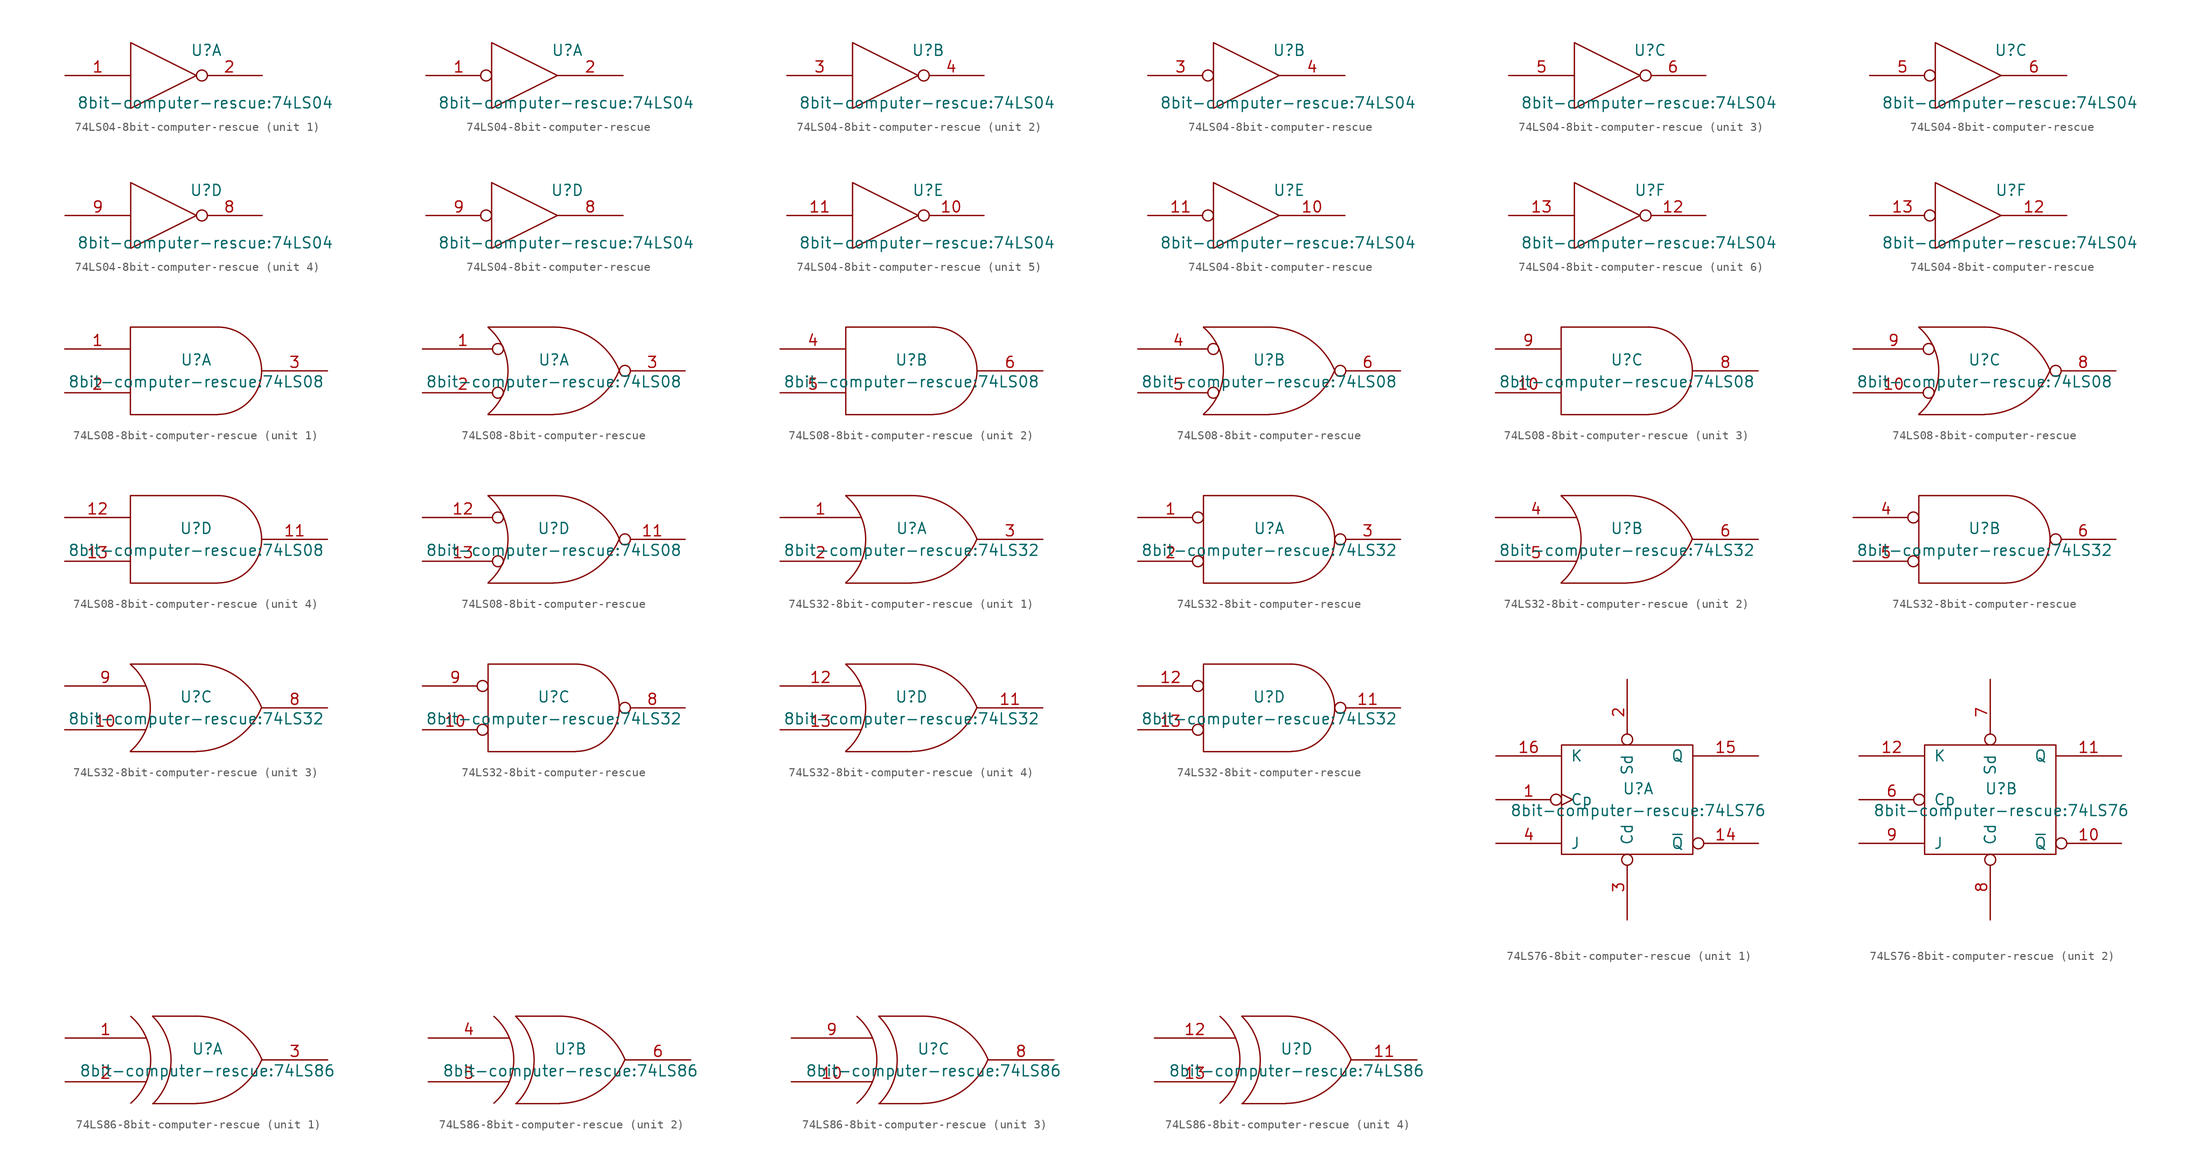
<source format=kicad_sym>
(kicad_symbol_lib
  (version 20220914)
  (generator kicad_symbol_editor)
  (symbol "74LS04-8bit-computer-rescue"
    (pin_names
      (offset 0.762))
    (property "Reference" "U"
      (at 4.953 2.921 0)
      (effects (font (size 1.27 1.27))))
    (property "Value" "8bit-computer-rescue:74LS04"
      (at 4.826 -3.175 0)
      (effects (font (size 1.27 1.27))))
    (symbol "74LS04-8bit-computer-rescue_0_0"
      (polyline (pts (xy -3.81 3.81) (xy -3.81 -3.81) (xy 3.81 0) (xy -3.81 3.81)) (stroke (width 0) (type solid)) (fill (type none)))
      (pin power_in line (at -1.27 2.54 90) (length 0) hide (name "VCC" (effects (font (size 1.016 1.016)))) (number "14" (effects (font (size 1.016 1.016)))))
      (pin power_in line (at -1.27 -2.54 90) (length 0) hide (name "GND" (effects (font (size 1.016 1.016)))) (number "7" (effects (font (size 1.016 1.016))))))
    (symbol "74LS04-8bit-computer-rescue_1_1"
      (pin input line (at -11.43 0 0) (length 7.62) (name "~" (effects (font (size 1.27 1.27)))) (number "1" (effects (font (size 1.27 1.27)))))
      (pin output inverted (at 11.43 0 180) (length 7.62) (name "~" (effects (font (size 1.27 1.27)))) (number "2" (effects (font (size 1.27 1.27))))))
    (symbol "74LS04-8bit-computer-rescue_1_2"
      (pin input inverted (at -11.43 0 0) (length 7.62) (name "~" (effects (font (size 1.27 1.27)))) (number "1" (effects (font (size 1.27 1.27)))))
      (pin output line (at 11.43 0 180) (length 7.62) (name "~" (effects (font (size 1.27 1.27)))) (number "2" (effects (font (size 1.27 1.27))))))
    (symbol "74LS04-8bit-computer-rescue_2_1"
      (pin input line (at -11.43 0 0) (length 7.62) (name "~" (effects (font (size 1.27 1.27)))) (number "3" (effects (font (size 1.27 1.27)))))
      (pin output inverted (at 11.43 0 180) (length 7.62) (name "~" (effects (font (size 1.27 1.27)))) (number "4" (effects (font (size 1.27 1.27))))))
    (symbol "74LS04-8bit-computer-rescue_2_2"
      (pin input inverted (at -11.43 0 0) (length 7.62) (name "~" (effects (font (size 1.27 1.27)))) (number "3" (effects (font (size 1.27 1.27)))))
      (pin output line (at 11.43 0 180) (length 7.62) (name "~" (effects (font (size 1.27 1.27)))) (number "4" (effects (font (size 1.27 1.27))))))
    (symbol "74LS04-8bit-computer-rescue_3_1"
      (pin input line (at -11.43 0 0) (length 7.62) (name "~" (effects (font (size 1.27 1.27)))) (number "5" (effects (font (size 1.27 1.27)))))
      (pin output inverted (at 11.43 0 180) (length 7.62) (name "~" (effects (font (size 1.27 1.27)))) (number "6" (effects (font (size 1.27 1.27))))))
    (symbol "74LS04-8bit-computer-rescue_3_2"
      (pin input inverted (at -11.43 0 0) (length 7.62) (name "~" (effects (font (size 1.27 1.27)))) (number "5" (effects (font (size 1.27 1.27)))))
      (pin output line (at 11.43 0 180) (length 7.62) (name "~" (effects (font (size 1.27 1.27)))) (number "6" (effects (font (size 1.27 1.27))))))
    (symbol "74LS04-8bit-computer-rescue_4_1"
      (pin output inverted (at 11.43 0 180) (length 7.62) (name "~" (effects (font (size 1.27 1.27)))) (number "8" (effects (font (size 1.27 1.27)))))
      (pin input line (at -11.43 0 0) (length 7.62) (name "~" (effects (font (size 1.27 1.27)))) (number "9" (effects (font (size 1.27 1.27))))))
    (symbol "74LS04-8bit-computer-rescue_4_2"
      (pin output line (at 11.43 0 180) (length 7.62) (name "~" (effects (font (size 1.27 1.27)))) (number "8" (effects (font (size 1.27 1.27)))))
      (pin input inverted (at -11.43 0 0) (length 7.62) (name "~" (effects (font (size 1.27 1.27)))) (number "9" (effects (font (size 1.27 1.27))))))
    (symbol "74LS04-8bit-computer-rescue_5_1"
      (pin output inverted (at 11.43 0 180) (length 7.62) (name "~" (effects (font (size 1.27 1.27)))) (number "10" (effects (font (size 1.27 1.27)))))
      (pin input line (at -11.43 0 0) (length 7.62) (name "~" (effects (font (size 1.27 1.27)))) (number "11" (effects (font (size 1.27 1.27))))))
    (symbol "74LS04-8bit-computer-rescue_5_2"
      (pin output line (at 11.43 0 180) (length 7.62) (name "~" (effects (font (size 1.27 1.27)))) (number "10" (effects (font (size 1.27 1.27)))))
      (pin input inverted (at -11.43 0 0) (length 7.62) (name "~" (effects (font (size 1.27 1.27)))) (number "11" (effects (font (size 1.27 1.27))))))
    (symbol "74LS04-8bit-computer-rescue_6_1"
      (pin output inverted (at 11.43 0 180) (length 7.62) (name "~" (effects (font (size 1.27 1.27)))) (number "12" (effects (font (size 1.27 1.27)))))
      (pin input line (at -11.43 0 0) (length 7.62) (name "~" (effects (font (size 1.27 1.27)))) (number "13" (effects (font (size 1.27 1.27))))))
    (symbol "74LS04-8bit-computer-rescue_6_2"
      (pin output line (at 11.43 0 180) (length 7.62) (name "~" (effects (font (size 1.27 1.27)))) (number "12" (effects (font (size 1.27 1.27)))))
      (pin input inverted (at -11.43 0 0) (length 7.62) (name "~" (effects (font (size 1.27 1.27)))) (number "13" (effects (font (size 1.27 1.27)))))))
  (symbol "74LS08-8bit-computer-rescue"
    (pin_names
      (offset 0.762))
    (property "Reference" "U"
      (at 0 1.27 0)
      (effects (font (size 1.27 1.27))))
    (property "Value" "8bit-computer-rescue:74LS08"
      (at 0 -1.27 0)
      (effects (font (size 1.27 1.27))))
    (symbol "74LS08-8bit-computer-rescue_0_0"
      (pin power_in line (at -5.08 5.08 90) (length 0) hide (name "VCC" (effects (font (size 1.016 1.016)))) (number "14" (effects (font (size 1.016 1.016)))))
      (pin power_in line (at -5.08 -5.08 90) (length 0) hide (name "GND" (effects (font (size 1.016 1.016)))) (number "7" (effects (font (size 1.016 1.016))))))
    (symbol "74LS08-8bit-computer-rescue_0_1"
      (polyline (pts (xy 2.54 5.08) (xy -7.62 5.08) (xy -7.62 -5.08) (xy 2.54 -5.08)) (stroke (width 0) (type solid)) (fill (type none)))
      (arc (start 2.5654 -5.0546) (mid 7.5947 0.0001) (end 2.5654 5.08) (stroke (width 0) (type solid)) (fill (type none))))
    (symbol "74LS08-8bit-computer-rescue_0_2"
      (arc (start -7.62 -5.0292) (mid -5.3094 0.0082) (end -7.62 5.0546) (stroke (width 0) (type solid)) (fill (type none)))
      (arc (start 0 -5.0546) (mid 4.5632 -3.6449) (end 7.5946 0.0508) (stroke (width 0) (type solid)) (fill (type none)))
      (polyline (pts (xy -7.62 -5.08) (xy 0 -5.08)) (stroke (width 0) (type solid)) (fill (type none)))
      (polyline (pts (xy -7.62 5.08) (xy 0 5.08)) (stroke (width 0) (type solid)) (fill (type none)))
      (arc (start 7.62 0) (mid 4.6132 3.6946) (end 0.0508 5.08) (stroke (width 0) (type solid)) (fill (type none))))
    (symbol "74LS08-8bit-computer-rescue_1_1"
      (pin input line (at -15.24 2.54 0) (length 7.62) (name "~" (effects (font (size 1.27 1.27)))) (number "1" (effects (font (size 1.27 1.27)))))
      (pin input line (at -15.24 -2.54 0) (length 7.62) (name "~" (effects (font (size 1.27 1.27)))) (number "2" (effects (font (size 1.27 1.27)))))
      (pin output line (at 15.24 0 180) (length 7.62) (name "~" (effects (font (size 1.27 1.27)))) (number "3" (effects (font (size 1.27 1.27))))))
    (symbol "74LS08-8bit-computer-rescue_1_2"
      (pin input inverted (at -15.24 2.54 0) (length 9.398) (name "~" (effects (font (size 1.27 1.27)))) (number "1" (effects (font (size 1.27 1.27)))))
      (pin input inverted (at -15.24 -2.54 0) (length 9.398) (name "~" (effects (font (size 1.27 1.27)))) (number "2" (effects (font (size 1.27 1.27)))))
      (pin output inverted (at 15.24 0 180) (length 7.62) (name "~" (effects (font (size 1.27 1.27)))) (number "3" (effects (font (size 1.27 1.27))))))
    (symbol "74LS08-8bit-computer-rescue_2_1"
      (pin input line (at -15.24 2.54 0) (length 7.62) (name "~" (effects (font (size 1.27 1.27)))) (number "4" (effects (font (size 1.27 1.27)))))
      (pin input line (at -15.24 -2.54 0) (length 7.62) (name "~" (effects (font (size 1.27 1.27)))) (number "5" (effects (font (size 1.27 1.27)))))
      (pin output line (at 15.24 0 180) (length 7.62) (name "~" (effects (font (size 1.27 1.27)))) (number "6" (effects (font (size 1.27 1.27))))))
    (symbol "74LS08-8bit-computer-rescue_2_2"
      (pin input inverted (at -15.24 2.54 0) (length 9.398) (name "~" (effects (font (size 1.27 1.27)))) (number "4" (effects (font (size 1.27 1.27)))))
      (pin input inverted (at -15.24 -2.54 0) (length 9.398) (name "~" (effects (font (size 1.27 1.27)))) (number "5" (effects (font (size 1.27 1.27)))))
      (pin output inverted (at 15.24 0 180) (length 7.62) (name "~" (effects (font (size 1.27 1.27)))) (number "6" (effects (font (size 1.27 1.27))))))
    (symbol "74LS08-8bit-computer-rescue_3_1"
      (pin input line (at -15.24 -2.54 0) (length 7.62) (name "~" (effects (font (size 1.27 1.27)))) (number "10" (effects (font (size 1.27 1.27)))))
      (pin output line (at 15.24 0 180) (length 7.62) (name "~" (effects (font (size 1.27 1.27)))) (number "8" (effects (font (size 1.27 1.27)))))
      (pin input line (at -15.24 2.54 0) (length 7.62) (name "~" (effects (font (size 1.27 1.27)))) (number "9" (effects (font (size 1.27 1.27))))))
    (symbol "74LS08-8bit-computer-rescue_3_2"
      (pin input inverted (at -15.24 -2.54 0) (length 9.398) (name "~" (effects (font (size 1.27 1.27)))) (number "10" (effects (font (size 1.27 1.27)))))
      (pin output inverted (at 15.24 0 180) (length 7.62) (name "~" (effects (font (size 1.27 1.27)))) (number "8" (effects (font (size 1.27 1.27)))))
      (pin input inverted (at -15.24 2.54 0) (length 9.398) (name "~" (effects (font (size 1.27 1.27)))) (number "9" (effects (font (size 1.27 1.27))))))
    (symbol "74LS08-8bit-computer-rescue_4_1"
      (pin output line (at 15.24 0 180) (length 7.62) (name "~" (effects (font (size 1.27 1.27)))) (number "11" (effects (font (size 1.27 1.27)))))
      (pin input line (at -15.24 2.54 0) (length 7.62) (name "~" (effects (font (size 1.27 1.27)))) (number "12" (effects (font (size 1.27 1.27)))))
      (pin input line (at -15.24 -2.54 0) (length 7.62) (name "~" (effects (font (size 1.27 1.27)))) (number "13" (effects (font (size 1.27 1.27))))))
    (symbol "74LS08-8bit-computer-rescue_4_2"
      (pin output inverted (at 15.24 0 180) (length 7.62) (name "~" (effects (font (size 1.27 1.27)))) (number "11" (effects (font (size 1.27 1.27)))))
      (pin input inverted (at -15.24 2.54 0) (length 9.398) (name "~" (effects (font (size 1.27 1.27)))) (number "12" (effects (font (size 1.27 1.27)))))
      (pin input inverted (at -15.24 -2.54 0) (length 9.398) (name "~" (effects (font (size 1.27 1.27)))) (number "13" (effects (font (size 1.27 1.27)))))))
  (symbol "74LS32-8bit-computer-rescue"
    (pin_names
      (offset 0.762))
    (property "Reference" "U"
      (at 0 1.27 0)
      (effects (font (size 1.27 1.27))))
    (property "Value" "8bit-computer-rescue:74LS32"
      (at 0 -1.27 0)
      (effects (font (size 1.27 1.27))))
    (symbol "74LS32-8bit-computer-rescue_0_0"
      (pin power_in line (at -5.08 5.08 90) (length 0) hide (name "VCC" (effects (font (size 1.016 1.016)))) (number "14" (effects (font (size 1.016 1.016)))))
      (pin power_in line (at -5.08 -5.08 90) (length 0) hide (name "GND" (effects (font (size 1.016 1.016)))) (number "7" (effects (font (size 1.016 1.016))))))
    (symbol "74LS32-8bit-computer-rescue_0_1"
      (arc (start -7.62 -5.0292) (mid -5.3094 0.0082) (end -7.62 5.0546) (stroke (width 0) (type solid)) (fill (type none)))
      (arc (start 0 -5.0546) (mid 4.5632 -3.6449) (end 7.5946 0.0508) (stroke (width 0) (type solid)) (fill (type none)))
      (polyline (pts (xy -7.62 -5.08) (xy 0 -5.08)) (stroke (width 0) (type solid)) (fill (type none)))
      (polyline (pts (xy -7.62 5.08) (xy 0 5.08)) (stroke (width 0) (type solid)) (fill (type none)))
      (arc (start 7.62 0) (mid 4.6132 3.6946) (end 0.0508 5.08) (stroke (width 0) (type solid)) (fill (type none))))
    (symbol "74LS32-8bit-computer-rescue_0_2"
      (polyline (pts (xy 2.54 5.08) (xy -7.62 5.08) (xy -7.62 -5.08) (xy 2.54 -5.08)) (stroke (width 0) (type solid)) (fill (type none)))
      (arc (start 2.5654 -5.0546) (mid 7.5947 0.0001) (end 2.5654 5.08) (stroke (width 0) (type solid)) (fill (type none))))
    (symbol "74LS32-8bit-computer-rescue_1_1"
      (pin input line (at -15.24 2.54 0) (length 9.398) (name "~" (effects (font (size 1.27 1.27)))) (number "1" (effects (font (size 1.27 1.27)))))
      (pin input line (at -15.24 -2.54 0) (length 9.398) (name "~" (effects (font (size 1.27 1.27)))) (number "2" (effects (font (size 1.27 1.27)))))
      (pin output line (at 15.24 0 180) (length 7.62) (name "~" (effects (font (size 1.27 1.27)))) (number "3" (effects (font (size 1.27 1.27))))))
    (symbol "74LS32-8bit-computer-rescue_1_2"
      (pin input inverted (at -15.24 2.54 0) (length 7.62) (name "~" (effects (font (size 1.27 1.27)))) (number "1" (effects (font (size 1.27 1.27)))))
      (pin input inverted (at -15.24 -2.54 0) (length 7.62) (name "~" (effects (font (size 1.27 1.27)))) (number "2" (effects (font (size 1.27 1.27)))))
      (pin output inverted (at 15.24 0 180) (length 7.62) (name "~" (effects (font (size 1.27 1.27)))) (number "3" (effects (font (size 1.27 1.27))))))
    (symbol "74LS32-8bit-computer-rescue_2_1"
      (pin input line (at -15.24 2.54 0) (length 9.398) (name "~" (effects (font (size 1.27 1.27)))) (number "4" (effects (font (size 1.27 1.27)))))
      (pin input line (at -15.24 -2.54 0) (length 9.398) (name "~" (effects (font (size 1.27 1.27)))) (number "5" (effects (font (size 1.27 1.27)))))
      (pin output line (at 15.24 0 180) (length 7.62) (name "~" (effects (font (size 1.27 1.27)))) (number "6" (effects (font (size 1.27 1.27))))))
    (symbol "74LS32-8bit-computer-rescue_2_2"
      (pin input inverted (at -15.24 2.54 0) (length 7.62) (name "~" (effects (font (size 1.27 1.27)))) (number "4" (effects (font (size 1.27 1.27)))))
      (pin input inverted (at -15.24 -2.54 0) (length 7.62) (name "~" (effects (font (size 1.27 1.27)))) (number "5" (effects (font (size 1.27 1.27)))))
      (pin output inverted (at 15.24 0 180) (length 7.62) (name "~" (effects (font (size 1.27 1.27)))) (number "6" (effects (font (size 1.27 1.27))))))
    (symbol "74LS32-8bit-computer-rescue_3_1"
      (pin input line (at -15.24 -2.54 0) (length 9.398) (name "~" (effects (font (size 1.27 1.27)))) (number "10" (effects (font (size 1.27 1.27)))))
      (pin output line (at 15.24 0 180) (length 7.62) (name "~" (effects (font (size 1.27 1.27)))) (number "8" (effects (font (size 1.27 1.27)))))
      (pin input line (at -15.24 2.54 0) (length 9.398) (name "~" (effects (font (size 1.27 1.27)))) (number "9" (effects (font (size 1.27 1.27))))))
    (symbol "74LS32-8bit-computer-rescue_3_2"
      (pin input inverted (at -15.24 -2.54 0) (length 7.62) (name "~" (effects (font (size 1.27 1.27)))) (number "10" (effects (font (size 1.27 1.27)))))
      (pin output inverted (at 15.24 0 180) (length 7.62) (name "~" (effects (font (size 1.27 1.27)))) (number "8" (effects (font (size 1.27 1.27)))))
      (pin input inverted (at -15.24 2.54 0) (length 7.62) (name "~" (effects (font (size 1.27 1.27)))) (number "9" (effects (font (size 1.27 1.27))))))
    (symbol "74LS32-8bit-computer-rescue_4_1"
      (pin output line (at 15.24 0 180) (length 7.62) (name "~" (effects (font (size 1.27 1.27)))) (number "11" (effects (font (size 1.27 1.27)))))
      (pin input line (at -15.24 2.54 0) (length 9.398) (name "~" (effects (font (size 1.27 1.27)))) (number "12" (effects (font (size 1.27 1.27)))))
      (pin input line (at -15.24 -2.54 0) (length 9.398) (name "~" (effects (font (size 1.27 1.27)))) (number "13" (effects (font (size 1.27 1.27))))))
    (symbol "74LS32-8bit-computer-rescue_4_2"
      (pin output inverted (at 15.24 0 180) (length 7.62) (name "~" (effects (font (size 1.27 1.27)))) (number "11" (effects (font (size 1.27 1.27)))))
      (pin input inverted (at -15.24 2.54 0) (length 7.62) (name "~" (effects (font (size 1.27 1.27)))) (number "12" (effects (font (size 1.27 1.27)))))
      (pin input inverted (at -15.24 -2.54 0) (length 7.62) (name "~" (effects (font (size 1.27 1.27)))) (number "13" (effects (font (size 1.27 1.27)))))))
  (symbol "74LS76-8bit-computer-rescue"
    (pin_names
      (offset 1.016))
    (property "Reference" "U"
      (at 1.27 1.27 0)
      (effects (font (size 1.27 1.27))))
    (property "Value" "8bit-computer-rescue:74LS76"
      (at 1.27 -1.27 0)
      (effects (font (size 1.27 1.27))))
    (symbol "74LS76-8bit-computer-rescue_0_0"
      (pin power_in line (at -5.08 -6.35 90) (length 0) hide (name "GND" (effects (font (size 1.27 1.27)))) (number "13" (effects (font (size 1.27 1.27)))))
      (pin power_in line (at -5.08 6.35 90) (length 0) hide (name "VCC" (effects (font (size 1.27 1.27)))) (number "5" (effects (font (size 1.27 1.27))))))
    (symbol "74LS76-8bit-computer-rescue_0_1"
      (rectangle (start -7.62 6.35) (end 7.62 -6.35) (stroke (width 0) (type solid)) (fill (type none))))
    (symbol "74LS76-8bit-computer-rescue_1_1"
      (pin input inverted_clock (at -15.24 0 0) (length 7.62) (name "Cp" (effects (font (size 1.27 1.27)))) (number "1" (effects (font (size 1.27 1.27)))))
      (pin output inverted (at 15.24 -5.08 180) (length 7.62) (name "~{Q}" (effects (font (size 1.27 1.27)))) (number "14" (effects (font (size 1.27 1.27)))))
      (pin output line (at 15.24 5.08 180) (length 7.62) (name "Q" (effects (font (size 1.27 1.27)))) (number "15" (effects (font (size 1.27 1.27)))))
      (pin input line (at -15.24 5.08 0) (length 7.62) (name "K" (effects (font (size 1.27 1.27)))) (number "16" (effects (font (size 1.27 1.27)))))
      (pin input inverted (at 0 13.97 270) (length 7.62) (name "Sd" (effects (font (size 1.27 1.27)))) (number "2" (effects (font (size 1.27 1.27)))))
      (pin input inverted (at 0 -13.97 90) (length 7.62) (name "Cd" (effects (font (size 1.27 1.27)))) (number "3" (effects (font (size 1.27 1.27)))))
      (pin input line (at -15.24 -5.08 0) (length 7.62) (name "J" (effects (font (size 1.27 1.27)))) (number "4" (effects (font (size 1.27 1.27))))))
    (symbol "74LS76-8bit-computer-rescue_2_1"
      (pin output inverted (at 15.24 -5.08 180) (length 7.62) (name "~{Q}" (effects (font (size 1.27 1.27)))) (number "10" (effects (font (size 1.27 1.27)))))
      (pin output line (at 15.24 5.08 180) (length 7.62) (name "Q" (effects (font (size 1.27 1.27)))) (number "11" (effects (font (size 1.27 1.27)))))
      (pin input line (at -15.24 5.08 0) (length 7.62) (name "K" (effects (font (size 1.27 1.27)))) (number "12" (effects (font (size 1.27 1.27)))))
      (pin input inverted (at -15.24 0 0) (length 7.62) (name "Cp" (effects (font (size 1.27 1.27)))) (number "6" (effects (font (size 1.27 1.27)))))
      (pin input inverted (at 0 13.97 270) (length 7.62) (name "Sd" (effects (font (size 1.27 1.27)))) (number "7" (effects (font (size 1.27 1.27)))))
      (pin input inverted (at 0 -13.97 90) (length 7.62) (name "Cd" (effects (font (size 1.27 1.27)))) (number "8" (effects (font (size 1.27 1.27)))))
      (pin input line (at -15.24 -5.08 0) (length 7.62) (name "J" (effects (font (size 1.27 1.27)))) (number "9" (effects (font (size 1.27 1.27)))))))
  (symbol "74LS86-8bit-computer-rescue"
    (pin_names
      (offset 0.762) hide)
    (property "Reference" "U"
      (at 1.27 1.27 0)
      (effects (font (size 1.27 1.27))))
    (property "Value" "8bit-computer-rescue:74LS86"
      (at 1.27 -1.27 0)
      (effects (font (size 1.27 1.27))))
    (symbol "74LS86-8bit-computer-rescue_0_0"
      (pin power_in line (at -5.08 5.08 270) (length 0) hide (name "VCC" (effects (font (size 1.016 1.016)))) (number "14" (effects (font (size 1.016 1.016)))))
      (pin power_in line (at -5.08 -5.08 90) (length 0) hide (name "GND" (effects (font (size 1.016 1.016)))) (number "7" (effects (font (size 1.016 1.016))))))
    (symbol "74LS86-8bit-computer-rescue_0_1"
      (arc (start -7.62 -5.0292) (mid -5.3094 0.0082) (end -7.62 5.0546) (stroke (width 0) (type solid)) (fill (type none)))
      (arc (start -5.0292 -5.08) (mid -2.9462 -0.006) (end -5.08 5.0546) (stroke (width 0) (type solid)) (fill (type none)))
      (arc (start 0 -5.0546) (mid 4.5632 -3.6449) (end 7.5946 0.0508) (stroke (width 0) (type solid)) (fill (type none)))
      (polyline (pts (xy -5.08 -5.08) (xy 0 -5.08)) (stroke (width 0) (type solid)) (fill (type none)))
      (polyline (pts (xy -5.08 5.08) (xy 0 5.08)) (stroke (width 0) (type solid)) (fill (type none)))
      (arc (start 7.62 0) (mid 4.6132 3.6946) (end 0.0508 5.08) (stroke (width 0) (type solid)) (fill (type none))))
    (symbol "74LS86-8bit-computer-rescue_1_1"
      (pin input line (at -15.24 2.54 0) (length 9.398) (name "IN1" (effects (font (size 1.27 1.27)))) (number "1" (effects (font (size 1.27 1.27)))))
      (pin input line (at -15.24 -2.54 0) (length 9.398) (name "IN2" (effects (font (size 1.27 1.27)))) (number "2" (effects (font (size 1.27 1.27)))))
      (pin output line (at 15.24 0 180) (length 7.62) (name "OUT" (effects (font (size 1.27 1.27)))) (number "3" (effects (font (size 1.27 1.27))))))
    (symbol "74LS86-8bit-computer-rescue_2_1"
      (pin input line (at -15.24 2.54 0) (length 9.398) (name "IN1" (effects (font (size 1.27 1.27)))) (number "4" (effects (font (size 1.27 1.27)))))
      (pin input line (at -15.24 -2.54 0) (length 9.398) (name "IN2" (effects (font (size 1.27 1.27)))) (number "5" (effects (font (size 1.27 1.27)))))
      (pin output line (at 15.24 0 180) (length 7.62) (name "OUT" (effects (font (size 1.27 1.27)))) (number "6" (effects (font (size 1.27 1.27))))))
    (symbol "74LS86-8bit-computer-rescue_3_1"
      (pin input line (at -15.24 -2.54 0) (length 9.398) (name "IN2" (effects (font (size 1.27 1.27)))) (number "10" (effects (font (size 1.27 1.27)))))
      (pin output line (at 15.24 0 180) (length 7.62) (name "OUT" (effects (font (size 1.27 1.27)))) (number "8" (effects (font (size 1.27 1.27)))))
      (pin input line (at -15.24 2.54 0) (length 9.398) (name "IN1" (effects (font (size 1.27 1.27)))) (number "9" (effects (font (size 1.27 1.27))))))
    (symbol "74LS86-8bit-computer-rescue_4_1"
      (pin output line (at 15.24 0 180) (length 7.62) (name "OUT" (effects (font (size 1.27 1.27)))) (number "11" (effects (font (size 1.27 1.27)))))
      (pin input line (at -15.24 2.54 0) (length 9.398) (name "IN1" (effects (font (size 1.27 1.27)))) (number "12" (effects (font (size 1.27 1.27)))))
      (pin input line (at -15.24 -2.54 0) (length 9.398) (name "IN2" (effects (font (size 1.27 1.27)))) (number "13" (effects (font (size 1.27 1.27))))))))
</source>
